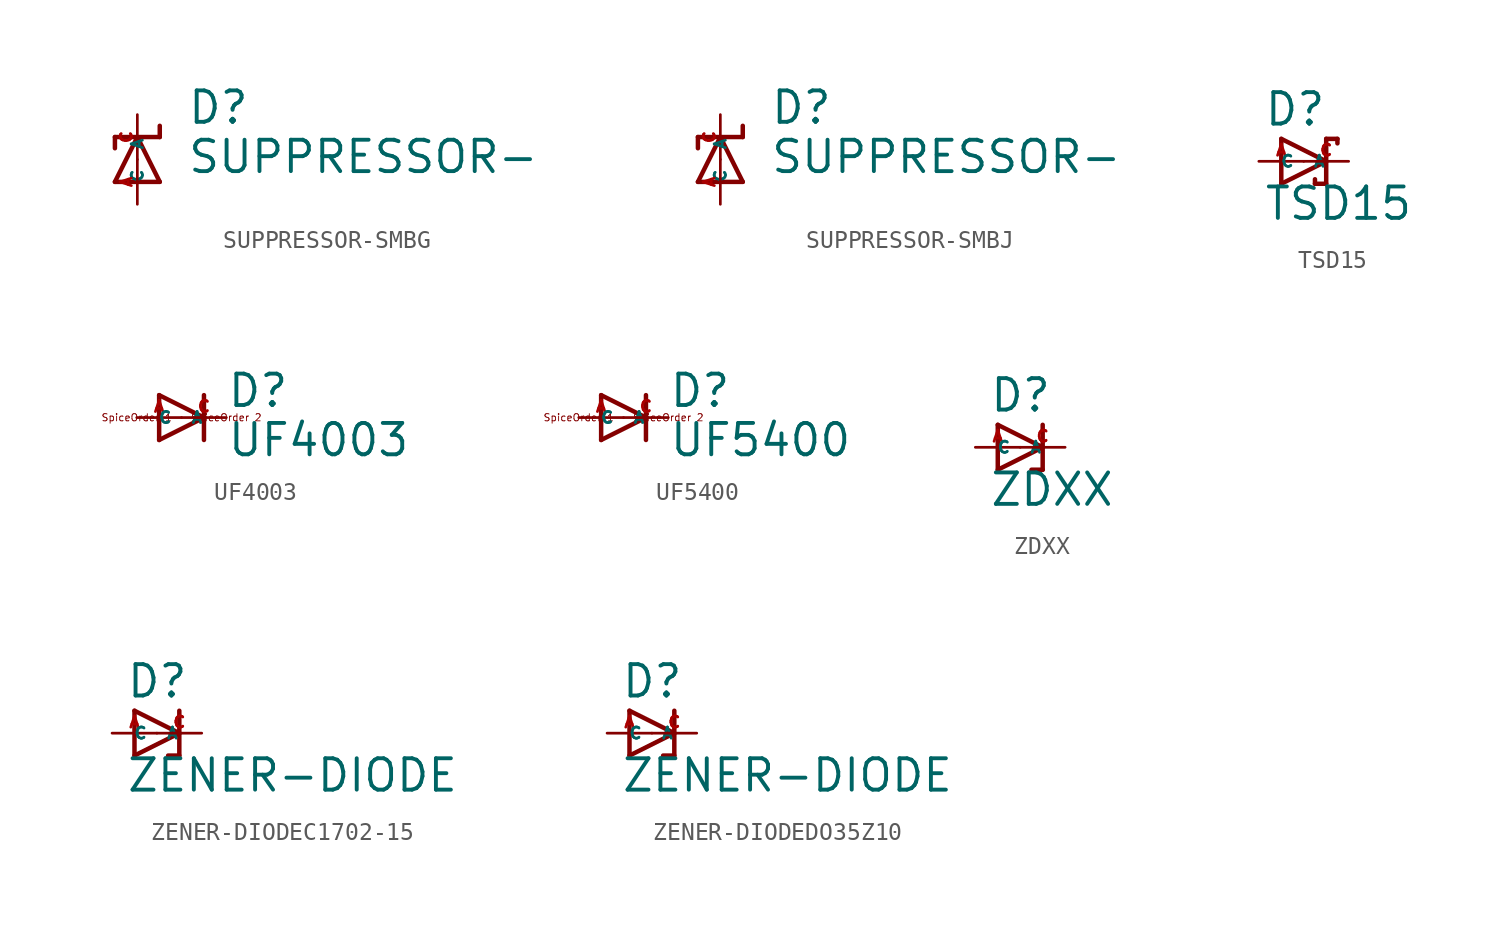
<source format=kicad_sym>
(kicad_symbol_lib
  (version 20220914)
  (generator Eagle2Kicad)
  (symbol "SUPPRESSOR-SMBG"
    (property "Reference" "D"
      (at 2.794 1.905 0)
      (effects (font (size 1.778 1.778) (thickness 0.22)) (justify left bottom)))
    (property "Value" "SUPPRESSOR-"
      (at 2.794 -0.889 0)
      (effects (font (size 1.778 1.778) (thickness 0.22)) (justify left bottom)))
    (polyline
      (pts (xy 1.27 -1.27) (xy 0 1.27))
      (stroke (width 0.254) (type default))
      (fill (type none)))
    (polyline
      (pts (xy 0 1.27) (xy -1.27 -1.27))
      (stroke (width 0.254) (type default))
      (fill (type none)))
    (polyline
      (pts (xy 1.27 1.905) (xy 1.27 1.27))
      (stroke (width 0.254) (type default))
      (fill (type none)))
    (polyline
      (pts (xy 1.27 1.27) (xy 0 1.27))
      (stroke (width 0.254) (type default))
      (fill (type none)))
    (polyline
      (pts (xy -1.27 -1.27) (xy 1.27 -1.27))
      (stroke (width 0.254) (type default))
      (fill (type none)))
    (polyline
      (pts (xy 0 1.27) (xy -1.27 1.27))
      (stroke (width 0.254) (type default))
      (fill (type none)))
    (polyline
      (pts (xy -1.27 1.27) (xy -1.27 0.635))
      (stroke (width 0.254) (type default))
      (fill (type none)))
    (pin passive line
      (at 0 -2.54 90)
      (length 2.54)
      (name "A" (effects (font (size 0.635 0.635) (thickness 0.08)) (justify left bottom)))
      (number "A" (effects (font (size 0.635 0.635) (thickness 0.08)) (justify left bottom))))
    (pin passive line
      (at 0 2.54 270)
      (length 2.54)
      (name "C" (effects (font (size 0.635 0.635) (thickness 0.08)) (justify left bottom)))
      (number "C" (effects (font (size 0.635 0.635) (thickness 0.08)) (justify left bottom)))))
  (symbol "SUPPRESSOR-SMBJ"
    (property "Reference" "D"
      (at 2.794 1.905 0)
      (effects (font (size 1.778 1.778) (thickness 0.22)) (justify left bottom)))
    (property "Value" "SUPPRESSOR-"
      (at 2.794 -0.889 0)
      (effects (font (size 1.778 1.778) (thickness 0.22)) (justify left bottom)))
    (polyline
      (pts (xy 1.27 -1.27) (xy 0 1.27))
      (stroke (width 0.254) (type default))
      (fill (type none)))
    (polyline
      (pts (xy 0 1.27) (xy -1.27 -1.27))
      (stroke (width 0.254) (type default))
      (fill (type none)))
    (polyline
      (pts (xy 1.27 1.905) (xy 1.27 1.27))
      (stroke (width 0.254) (type default))
      (fill (type none)))
    (polyline
      (pts (xy 1.27 1.27) (xy 0 1.27))
      (stroke (width 0.254) (type default))
      (fill (type none)))
    (polyline
      (pts (xy -1.27 -1.27) (xy 1.27 -1.27))
      (stroke (width 0.254) (type default))
      (fill (type none)))
    (polyline
      (pts (xy 0 1.27) (xy -1.27 1.27))
      (stroke (width 0.254) (type default))
      (fill (type none)))
    (polyline
      (pts (xy -1.27 1.27) (xy -1.27 0.635))
      (stroke (width 0.254) (type default))
      (fill (type none)))
    (pin passive line
      (at 0 -2.54 90)
      (length 2.54)
      (name "A" (effects (font (size 0.635 0.635) (thickness 0.08)) (justify left bottom)))
      (number "A" (effects (font (size 0.635 0.635) (thickness 0.08)) (justify left bottom))))
    (pin passive line
      (at 0 2.54 270)
      (length 2.54)
      (name "C" (effects (font (size 0.635 0.635) (thickness 0.08)) (justify left bottom)))
      (number "C" (effects (font (size 0.635 0.635) (thickness 0.08)) (justify left bottom)))))
  (symbol "TSD15"
    (property "Reference" "D"
      (at -2.286 1.905 0)
      (effects (font (size 1.778 1.778) (thickness 0.22)) (justify left bottom)))
    (property "Value" "TSD15"
      (at -2.286 -3.429 0)
      (effects (font (size 1.778 1.778) (thickness 0.22)) (justify left bottom)))
    (polyline
      (pts (xy -1.27 -1.27) (xy 1.27 0))
      (stroke (width 0.254) (type default))
      (fill (type none)))
    (polyline
      (pts (xy 1.27 0) (xy -1.27 1.27))
      (stroke (width 0.254) (type default))
      (fill (type none)))
    (polyline
      (pts (xy 1.905 1.27) (xy 1.27 1.27))
      (stroke (width 0.254) (type default))
      (fill (type none)))
    (polyline
      (pts (xy 1.27 1.27) (xy 1.27 0))
      (stroke (width 0.254) (type default))
      (fill (type none)))
    (polyline
      (pts (xy -1.27 1.27) (xy -1.27 -1.27))
      (stroke (width 0.254) (type default))
      (fill (type none)))
    (polyline
      (pts (xy 1.27 0) (xy 1.27 -1.27))
      (stroke (width 0.254) (type default))
      (fill (type none)))
    (polyline
      (pts (xy 1.905 1.27) (xy 1.905 1.016))
      (stroke (width 0.254) (type default))
      (fill (type none)))
    (polyline
      (pts (xy 1.27 -1.27) (xy 0.635 -1.27))
      (stroke (width 0.254) (type default))
      (fill (type none)))
    (polyline
      (pts (xy 0.635 -1.016) (xy 0.635 -1.27))
      (stroke (width 0.254) (type default))
      (fill (type none)))
    (pin passive line
      (at -2.54 0 0)
      (length 2.54)
      (name "A" (effects (font (size 0.635 0.635) (thickness 0.08)) (justify left bottom)))
      (number "A" (effects (font (size 0.635 0.635) (thickness 0.08)) (justify left bottom))))
    (pin passive line
      (at 2.54 0 180)
      (length 2.54)
      (name "C" (effects (font (size 0.635 0.635) (thickness 0.08)) (justify left bottom)))
      (number "C" (effects (font (size 0.635 0.635) (thickness 0.08)) (justify left bottom)))))
  (symbol "UF4003"
    (property "Reference" "D"
      (at 2.54 0.483 0)
      (effects (font (size 1.778 1.778) (thickness 0.22)) (justify left bottom)))
    (property "Value" "UF4003"
      (at 2.54 -2.311 0)
      (effects (font (size 1.778 1.778) (thickness 0.22)) (justify left bottom)))
    (polyline
      (pts (xy -1.27 -1.27) (xy 1.27 0))
      (stroke (width 0.254) (type default))
      (fill (type none)))
    (polyline
      (pts (xy 1.27 0) (xy -1.27 1.27))
      (stroke (width 0.254) (type default))
      (fill (type none)))
    (polyline
      (pts (xy 1.27 1.27) (xy 1.27 0))
      (stroke (width 0.254) (type default))
      (fill (type none)))
    (polyline
      (pts (xy -1.27 1.27) (xy -1.27 -1.27))
      (stroke (width 0.254) (type default))
      (fill (type none)))
    (polyline
      (pts (xy 1.27 0) (xy 1.27 -1.27))
      (stroke (width 0.254) (type default))
      (fill (type none)))
    (text "SpiceOrder 1"
      (at -2.54 0 0)
      (effects (font (size 0.406 0.406) (thickness 0.05))))
    (text "SpiceOrder 2"
      (at 2.54 0 0)
      (effects (font (size 0.406 0.406) (thickness 0.05))))
    (pin passive line
      (at -2.54 0 0)
      (length 2.54)
      (name "A" (effects (font (size 0.635 0.635) (thickness 0.08)) (justify left bottom)))
      (number "A" (effects (font (size 0.635 0.635) (thickness 0.08)) (justify left bottom))))
    (pin passive line
      (at 2.54 0 180)
      (length 2.54)
      (name "C" (effects (font (size 0.635 0.635) (thickness 0.08)) (justify left bottom)))
      (number "C" (effects (font (size 0.635 0.635) (thickness 0.08)) (justify left bottom)))))
  (symbol "UF5400"
    (property "Reference" "D"
      (at 2.54 0.483 0)
      (effects (font (size 1.778 1.778) (thickness 0.22)) (justify left bottom)))
    (property "Value" "UF5400"
      (at 2.54 -2.311 0)
      (effects (font (size 1.778 1.778) (thickness 0.22)) (justify left bottom)))
    (polyline
      (pts (xy -1.27 -1.27) (xy 1.27 0))
      (stroke (width 0.254) (type default))
      (fill (type none)))
    (polyline
      (pts (xy 1.27 0) (xy -1.27 1.27))
      (stroke (width 0.254) (type default))
      (fill (type none)))
    (polyline
      (pts (xy 1.27 1.27) (xy 1.27 0))
      (stroke (width 0.254) (type default))
      (fill (type none)))
    (polyline
      (pts (xy -1.27 1.27) (xy -1.27 -1.27))
      (stroke (width 0.254) (type default))
      (fill (type none)))
    (polyline
      (pts (xy 1.27 0) (xy 1.27 -1.27))
      (stroke (width 0.254) (type default))
      (fill (type none)))
    (text "SpiceOrder 1"
      (at -2.54 0 0)
      (effects (font (size 0.406 0.406) (thickness 0.05))))
    (text "SpiceOrder 2"
      (at 2.54 0 0)
      (effects (font (size 0.406 0.406) (thickness 0.05))))
    (pin passive line
      (at -2.54 0 0)
      (length 2.54)
      (name "A" (effects (font (size 0.635 0.635) (thickness 0.08)) (justify left bottom)))
      (number "A" (effects (font (size 0.635 0.635) (thickness 0.08)) (justify left bottom))))
    (pin passive line
      (at 2.54 0 180)
      (length 2.54)
      (name "C" (effects (font (size 0.635 0.635) (thickness 0.08)) (justify left bottom)))
      (number "C" (effects (font (size 0.635 0.635) (thickness 0.08)) (justify left bottom)))))
  (symbol "ZDXX"
    (property "Reference" "D"
      (at -1.778 1.905 0)
      (effects (font (size 1.778 1.778) (thickness 0.22)) (justify left bottom)))
    (property "Value" "ZDXX"
      (at -1.778 -3.429 0)
      (effects (font (size 1.778 1.778) (thickness 0.22)) (justify left bottom)))
    (polyline
      (pts (xy -1.27 -1.27) (xy 1.27 0))
      (stroke (width 0.254) (type default))
      (fill (type none)))
    (polyline
      (pts (xy 1.27 0) (xy -1.27 1.27))
      (stroke (width 0.254) (type default))
      (fill (type none)))
    (polyline
      (pts (xy 1.27 1.27) (xy 1.27 0))
      (stroke (width 0.254) (type default))
      (fill (type none)))
    (polyline
      (pts (xy -1.27 1.27) (xy -1.27 -1.27))
      (stroke (width 0.254) (type default))
      (fill (type none)))
    (polyline
      (pts (xy 1.27 0) (xy 1.27 -1.27))
      (stroke (width 0.254) (type default))
      (fill (type none)))
    (polyline
      (pts (xy 1.27 -1.27) (xy 0.635 -1.27))
      (stroke (width 0.254) (type default))
      (fill (type none)))
    (pin passive line
      (at -2.54 0 0)
      (length 2.54)
      (name "A" (effects (font (size 0.635 0.635) (thickness 0.08)) (justify left bottom)))
      (number "A" (effects (font (size 0.635 0.635) (thickness 0.08)) (justify left bottom))))
    (pin passive line
      (at 2.54 0 180)
      (length 2.54)
      (name "C" (effects (font (size 0.635 0.635) (thickness 0.08)) (justify left bottom)))
      (number "C" (effects (font (size 0.635 0.635) (thickness 0.08)) (justify left bottom)))))
  (symbol "ZENER-DIODEC1702-15"
    (property "Reference" "D"
      (at -1.778 1.905 0)
      (effects (font (size 1.778 1.778) (thickness 0.22)) (justify left bottom)))
    (property "Value" "ZENER-DIODE"
      (at -1.778 -3.429 0)
      (effects (font (size 1.778 1.778) (thickness 0.22)) (justify left bottom)))
    (polyline
      (pts (xy -1.27 -1.27) (xy 1.27 0))
      (stroke (width 0.254) (type default))
      (fill (type none)))
    (polyline
      (pts (xy 1.27 0) (xy -1.27 1.27))
      (stroke (width 0.254) (type default))
      (fill (type none)))
    (polyline
      (pts (xy 1.27 1.27) (xy 1.27 0))
      (stroke (width 0.254) (type default))
      (fill (type none)))
    (polyline
      (pts (xy -1.27 1.27) (xy -1.27 -1.27))
      (stroke (width 0.254) (type default))
      (fill (type none)))
    (polyline
      (pts (xy 1.27 0) (xy 1.27 -1.27))
      (stroke (width 0.254) (type default))
      (fill (type none)))
    (polyline
      (pts (xy 1.27 -1.27) (xy 0.635 -1.27))
      (stroke (width 0.254) (type default))
      (fill (type none)))
    (pin passive line
      (at -2.54 0 0)
      (length 2.54)
      (name "A" (effects (font (size 0.635 0.635) (thickness 0.08)) (justify left bottom)))
      (number "A" (effects (font (size 0.635 0.635) (thickness 0.08)) (justify left bottom))))
    (pin passive line
      (at 2.54 0 180)
      (length 2.54)
      (name "C" (effects (font (size 0.635 0.635) (thickness 0.08)) (justify left bottom)))
      (number "C" (effects (font (size 0.635 0.635) (thickness 0.08)) (justify left bottom)))))
  (symbol "ZENER-DIODEDO35Z10"
    (property "Reference" "D"
      (at -1.778 1.905 0)
      (effects (font (size 1.778 1.778) (thickness 0.22)) (justify left bottom)))
    (property "Value" "ZENER-DIODE"
      (at -1.778 -3.429 0)
      (effects (font (size 1.778 1.778) (thickness 0.22)) (justify left bottom)))
    (polyline
      (pts (xy -1.27 -1.27) (xy 1.27 0))
      (stroke (width 0.254) (type default))
      (fill (type none)))
    (polyline
      (pts (xy 1.27 0) (xy -1.27 1.27))
      (stroke (width 0.254) (type default))
      (fill (type none)))
    (polyline
      (pts (xy 1.27 1.27) (xy 1.27 0))
      (stroke (width 0.254) (type default))
      (fill (type none)))
    (polyline
      (pts (xy -1.27 1.27) (xy -1.27 -1.27))
      (stroke (width 0.254) (type default))
      (fill (type none)))
    (polyline
      (pts (xy 1.27 0) (xy 1.27 -1.27))
      (stroke (width 0.254) (type default))
      (fill (type none)))
    (polyline
      (pts (xy 1.27 -1.27) (xy 0.635 -1.27))
      (stroke (width 0.254) (type default))
      (fill (type none)))
    (pin passive line
      (at -2.54 0 0)
      (length 2.54)
      (name "A" (effects (font (size 0.635 0.635) (thickness 0.08)) (justify left bottom)))
      (number "A" (effects (font (size 0.635 0.635) (thickness 0.08)) (justify left bottom))))
    (pin passive line
      (at 2.54 0 180)
      (length 2.54)
      (name "C" (effects (font (size 0.635 0.635) (thickness 0.08)) (justify left bottom)))
      (number "C" (effects (font (size 0.635 0.635) (thickness 0.08)) (justify left bottom))))))
</source>
